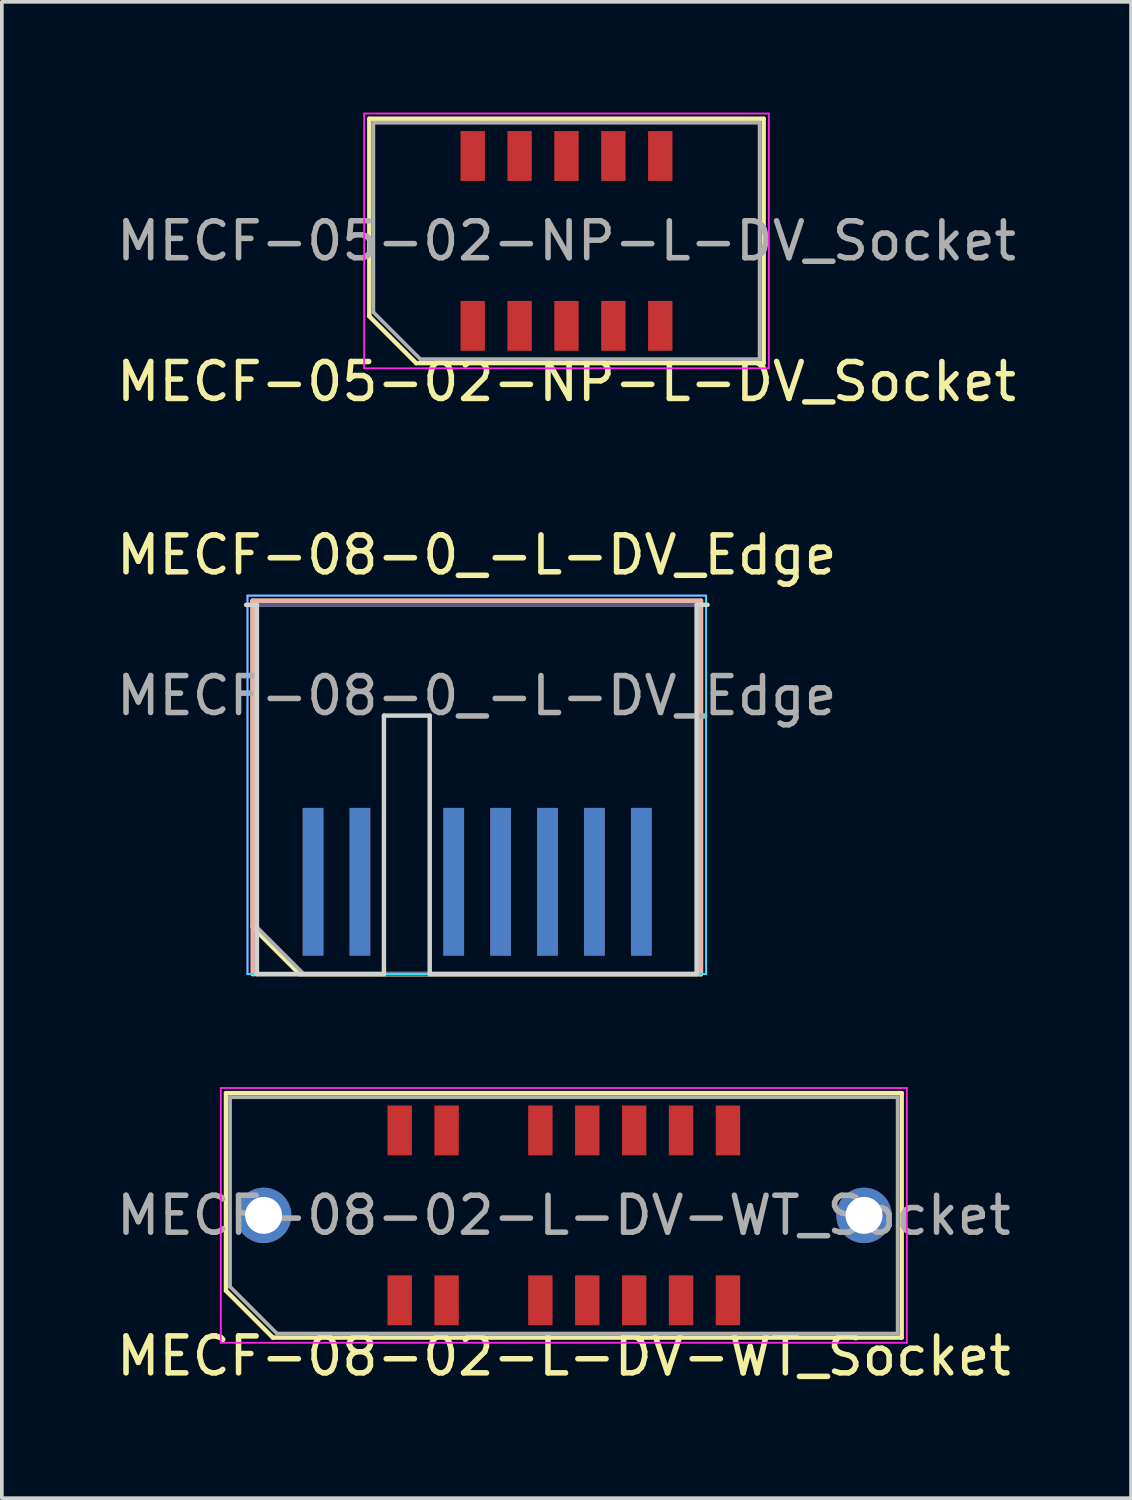
<source format=kicad_pcb>
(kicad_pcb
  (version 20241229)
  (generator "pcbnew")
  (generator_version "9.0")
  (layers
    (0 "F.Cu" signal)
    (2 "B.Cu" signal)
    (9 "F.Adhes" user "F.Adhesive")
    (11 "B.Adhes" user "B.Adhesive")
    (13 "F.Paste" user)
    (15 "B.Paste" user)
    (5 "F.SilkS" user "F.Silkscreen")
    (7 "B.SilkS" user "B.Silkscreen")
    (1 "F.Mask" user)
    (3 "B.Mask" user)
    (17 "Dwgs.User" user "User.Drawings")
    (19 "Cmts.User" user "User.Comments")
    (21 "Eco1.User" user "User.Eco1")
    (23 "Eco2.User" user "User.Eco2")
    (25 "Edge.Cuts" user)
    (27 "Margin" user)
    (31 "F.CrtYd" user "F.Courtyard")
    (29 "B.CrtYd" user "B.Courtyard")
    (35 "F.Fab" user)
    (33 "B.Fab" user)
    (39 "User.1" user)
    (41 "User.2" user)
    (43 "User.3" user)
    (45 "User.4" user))
  (footprint "MECF-08-02-L-DV-WT_Socket"
    (layer "F.Cu")
    (at 12.22 29.866)
    (property "Reference" "MECF-08-02-L-DV-WT_Socket" (at 0 3.81 0) (layer "F.SilkS") (effects (font (size 1 1) (thickness 0.15))))
    (attr smd)
    (fp_line (start -9.15 -3.31) (end 9.15 -3.31) (stroke (width 0.12) (type solid)) (layer "F.SilkS"))
    (fp_line (start -9.15 2.04) (end -9.15 -3.31) (stroke (width 0.12) (type solid)) (layer "F.SilkS"))
    (fp_line (start -7.88 3.31) (end -9.15 2.04) (stroke (width 0.12) (type solid)) (layer "F.SilkS"))
    (fp_line (start -7.88 3.31) (end 9.15 3.31) (stroke (width 0.12) (type solid)) (layer "F.SilkS"))
    (fp_line (start 9.15 3.31) (end 9.15 -3.31) (stroke (width 0.12) (type solid)) (layer "F.SilkS"))
    (fp_line (start -9.29 -3.45) (end -9.29 3.45) (stroke (width 0.05) (type solid)) (layer "F.CrtYd"))
    (fp_line (start -9.29 3.45) (end 9.29 3.45) (stroke (width 0.05) (type solid)) (layer "F.CrtYd"))
    (fp_line (start 9.29 -3.45) (end -9.29 -3.45) (stroke (width 0.05) (type solid)) (layer "F.CrtYd"))
    (fp_line (start 9.29 3.45) (end 9.29 -3.45) (stroke (width 0.05) (type solid)) (layer "F.CrtYd"))
    (fp_line (start -9.04 -3.2) (end 9.04 -3.2) (stroke (width 0.1) (type solid)) (layer "F.Fab"))
    (fp_line (start -9.04 1.93) (end -9.04 -3.2) (stroke (width 0.1) (type solid)) (layer "F.Fab"))
    (fp_line (start -9.04 1.93) (end -7.77 3.2) (stroke (width 0.1) (type solid)) (layer "F.Fab"))
    (fp_line (start -7.77 3.2) (end 9.04 3.2) (stroke (width 0.1) (type solid)) (layer "F.Fab"))
    (fp_line (start 9.04 3.2) (end 9.04 -3.2) (stroke (width 0.1) (type solid)) (layer "F.Fab"))
    (fp_text user "${REFERENCE}" (at 0 0 0) (layer "F.Fab") (effects (font (size 1 1) (thickness 0.15))))
    (pad "" thru_hole circle (at -8.13 0) (size 1.5 1.5) (drill 1) (layers "*.Cu" "*.Mask"))
    (pad "" np_thru_hole circle (at -6.225 0) (size 0.001 0.001) (drill 1.45) (layers "*.Cu" "*.Mask"))
    (pad "" np_thru_hole circle (at 6.225 1) (size 0.001 0.001) (drill 1.45) (layers "*.Cu" "*.Mask"))
    (pad "" thru_hole circle (at 8.13 0) (size 1.5 1.5) (drill 1) (layers "*.Cu" "*.Mask"))
    (pad "1" smd rect (at -4.445 2.3) (size 0.66 1.35) (layers "F.Cu" "F.Mask" "F.Paste"))
    (pad "2" smd rect (at -4.445 -2.3) (size 0.66 1.35) (layers "F.Cu" "F.Mask" "F.Paste"))
    (pad "3" smd rect (at -3.175 2.3) (size 0.66 1.35) (layers "F.Cu" "F.Mask" "F.Paste"))
    (pad "4" smd rect (at -3.175 -2.3) (size 0.66 1.35) (layers "F.Cu" "F.Mask" "F.Paste"))
    (pad "7" smd rect (at -0.635 2.3) (size 0.66 1.35) (layers "F.Cu" "F.Mask" "F.Paste"))
    (pad "8" smd rect (at -0.635 -2.3) (size 0.66 1.35) (layers "F.Cu" "F.Mask" "F.Paste"))
    (pad "9" smd rect (at 0.635 2.3) (size 0.66 1.35) (layers "F.Cu" "F.Mask" "F.Paste"))
    (pad "10" smd rect (at 0.635 -2.3) (size 0.66 1.35) (layers "F.Cu" "F.Mask" "F.Paste"))
    (pad "11" smd rect (at 1.905 2.3) (size 0.66 1.35) (layers "F.Cu" "F.Mask" "F.Paste"))
    (pad "12" smd rect (at 1.905 -2.3) (size 0.66 1.35) (layers "F.Cu" "F.Mask" "F.Paste"))
    (pad "13" smd rect (at 3.175 2.3) (size 0.66 1.35) (layers "F.Cu" "F.Mask" "F.Paste"))
    (pad "14" smd rect (at 3.175 -2.3) (size 0.66 1.35) (layers "F.Cu" "F.Mask" "F.Paste"))
    (pad "15" smd rect (at 4.445 2.3) (size 0.66 1.35) (layers "F.Cu" "F.Mask" "F.Paste"))
    (pad "16" smd rect (at 4.445 -2.3) (size 0.66 1.35) (layers "F.Cu" "F.Mask" "F.Paste")))
  (footprint "MECF-05-02-NP-L-DV_Socket"
    (layer "F.Cu")
    (at 12.292 3.475)
    (property "Reference" "MECF-05-02-NP-L-DV_Socket" (at 0 3.81 0) (layer "F.SilkS") (effects (font (size 1 1) (thickness 0.15))))
    (attr smd)
    (fp_line (start -5.34 -3.31) (end 5.34 -3.31) (stroke (width 0.12) (type solid)) (layer "F.SilkS"))
    (fp_line (start -5.34 2.04) (end -5.34 -3.31) (stroke (width 0.12) (type solid)) (layer "F.SilkS"))
    (fp_line (start -4.07 3.31) (end -5.34 2.04) (stroke (width 0.12) (type solid)) (layer "F.SilkS"))
    (fp_line (start -4.07 3.31) (end 5.34 3.31) (stroke (width 0.12) (type solid)) (layer "F.SilkS"))
    (fp_line (start 5.34 3.31) (end 5.34 -3.31) (stroke (width 0.12) (type solid)) (layer "F.SilkS"))
    (fp_line (start -5.48 -3.45) (end -5.48 3.45) (stroke (width 0.05) (type solid)) (layer "F.CrtYd"))
    (fp_line (start -5.48 3.45) (end 5.48 3.45) (stroke (width 0.05) (type solid)) (layer "F.CrtYd"))
    (fp_line (start 5.48 -3.45) (end -5.48 -3.45) (stroke (width 0.05) (type solid)) (layer "F.CrtYd"))
    (fp_line (start 5.48 3.45) (end 5.48 -3.45) (stroke (width 0.05) (type solid)) (layer "F.CrtYd"))
    (fp_line (start -5.23 -3.2) (end 5.23 -3.2) (stroke (width 0.1) (type solid)) (layer "F.Fab"))
    (fp_line (start -5.23 1.93) (end -5.23 -3.2) (stroke (width 0.1) (type solid)) (layer "F.Fab"))
    (fp_line (start -5.23 1.93) (end -3.96 3.2) (stroke (width 0.1) (type solid)) (layer "F.Fab"))
    (fp_line (start -3.96 3.2) (end 5.23 3.2) (stroke (width 0.1) (type solid)) (layer "F.Fab"))
    (fp_line (start 5.23 3.2) (end 5.23 -3.2) (stroke (width 0.1) (type solid)) (layer "F.Fab"))
    (fp_text user "${REFERENCE}" (at 0 0 0) (layer "F.Fab") (effects (font (size 1 1) (thickness 0.15))))
    (pad "" np_thru_hole circle (at -4.32 0) (size 0.001 0.001) (drill 1.45) (layers "*.Cu" "*.Mask"))
    (pad "" np_thru_hole circle (at 4.32 1) (size 0.001 0.001) (drill 1.45) (layers "*.Cu" "*.Mask"))
    (pad "1" smd rect (at -2.54 2.3) (size 0.66 1.35) (layers "F.Cu" "F.Mask" "F.Paste"))
    (pad "2" smd rect (at -2.54 -2.3) (size 0.66 1.35) (layers "F.Cu" "F.Mask" "F.Paste"))
    (pad "3" smd rect (at -1.27 2.3) (size 0.66 1.35) (layers "F.Cu" "F.Mask" "F.Paste"))
    (pad "4" smd rect (at -1.27 -2.3) (size 0.66 1.35) (layers "F.Cu" "F.Mask" "F.Paste"))
    (pad "5" smd rect (at 0 2.3) (size 0.66 1.35) (layers "F.Cu" "F.Mask" "F.Paste"))
    (pad "6" smd rect (at 0 -2.3) (size 0.66 1.35) (layers "F.Cu" "F.Mask" "F.Paste"))
    (pad "7" smd rect (at 1.27 2.3) (size 0.66 1.35) (layers "F.Cu" "F.Mask" "F.Paste"))
    (pad "8" smd rect (at 1.27 -2.3) (size 0.66 1.35) (layers "F.Cu" "F.Mask" "F.Paste"))
    (pad "9" smd rect (at 2.54 2.3) (size 0.66 1.35) (layers "F.Cu" "F.Mask" "F.Paste"))
    (pad "10" smd rect (at 2.54 -2.3) (size 0.66 1.35) (layers "F.Cu" "F.Mask" "F.Paste")))
  (footprint "MECF-08-0_-L-DV_Edge"
    (layer "F.Cu")
    (at 9.863 18.331)
    (property "Reference" "MECF-08-0_-L-DV_Edge" (at 0 -6.35 0) (layer "F.SilkS") (effects (font (size 1 1) (thickness 0.15))))
    (attr exclude_from_pos_files exclude_from_bom)
    (fp_line (start -6.07 -5.11) (end 6.07 -5.11) (stroke (width 0.12) (type solid)) (layer "F.SilkS"))
    (fp_line (start -6.07 3.73) (end -6.07 -5.11) (stroke (width 0.12) (type solid)) (layer "F.SilkS"))
    (fp_line (start -4.8 5) (end -6.07 3.73) (stroke (width 0.12) (type solid)) (layer "F.SilkS"))
    (fp_line (start -4.8 5) (end 6.07 5) (stroke (width 0.12) (type solid)) (layer "F.SilkS"))
    (fp_line (start 6.07 5) (end 6.07 -5.11) (stroke (width 0.12) (type solid)) (layer "F.SilkS"))
    (fp_line (start -6.07 -5.11) (end 6.07 -5.11) (stroke (width 0.12) (type solid)) (layer "B.SilkS"))
    (fp_line (start -6.07 5) (end -6.07 -5.11) (stroke (width 0.12) (type solid)) (layer "B.SilkS"))
    (fp_line (start -6.07 5) (end 6.07 5) (stroke (width 0.12) (type solid)) (layer "B.SilkS"))
    (fp_line (start 6.07 5) (end 6.07 -5.11) (stroke (width 0.12) (type solid)) (layer "B.SilkS"))
    (fp_line (start -6.25 -5) (end -5.955 -5) (stroke (width 0.12) (type solid)) (layer "Edge.Cuts"))
    (fp_line (start -5.955 5) (end -5.955 -5) (stroke (width 0.12) (type solid)) (layer "Edge.Cuts"))
    (fp_line (start -5.955 5) (end -2.515 5) (stroke (width 0.12) (type solid)) (layer "Edge.Cuts"))
    (fp_line (start -2.515 -2) (end -1.275 -2) (stroke (width 0.12) (type solid)) (layer "Edge.Cuts"))
    (fp_line (start -2.515 5) (end -2.515 -2) (stroke (width 0.12) (type solid)) (layer "Edge.Cuts"))
    (fp_line (start -1.275 5) (end -1.275 -2) (stroke (width 0.12) (type solid)) (layer "Edge.Cuts"))
    (fp_line (start -1.275 5) (end 5.955 5) (stroke (width 0.12) (type solid)) (layer "Edge.Cuts"))
    (fp_line (start 5.955 5) (end 5.955 -5) (stroke (width 0.12) (type solid)) (layer "Edge.Cuts"))
    (fp_line (start 6.25 -5) (end 5.955 -5) (stroke (width 0.12) (type solid)) (layer "Edge.Cuts"))
    (fp_line (start -6.21 -5.25) (end -6.21 5) (stroke (width 0.05) (type solid)) (layer "B.CrtYd"))
    (fp_line (start -6.21 5) (end 6.21 5) (stroke (width 0.05) (type solid)) (layer "B.CrtYd"))
    (fp_line (start 6.21 -5.25) (end -6.21 -5.25) (stroke (width 0.05) (type solid)) (layer "B.CrtYd"))
    (fp_line (start 6.21 5) (end 6.21 -5.25) (stroke (width 0.05) (type solid)) (layer "B.CrtYd"))
    (fp_line (start -6.21 -5.25) (end -6.21 5) (stroke (width 0.05) (type solid)) (layer "F.CrtYd"))
    (fp_line (start -6.21 5) (end 6.21 5) (stroke (width 0.05) (type solid)) (layer "F.CrtYd"))
    (fp_line (start 6.21 -5.25) (end -6.21 -5.25) (stroke (width 0.05) (type solid)) (layer "F.CrtYd"))
    (fp_line (start 6.21 5) (end 6.21 -5.25) (stroke (width 0.05) (type solid)) (layer "F.CrtYd"))
    (fp_line (start -5.955 -5) (end 5.955 -5) (stroke (width 0.1) (type solid)) (layer "B.Fab"))
    (fp_line (start -5.955 5) (end -5.955 -5) (stroke (width 0.1) (type solid)) (layer "B.Fab"))
    (fp_line (start -5.955 5) (end 5.955 5) (stroke (width 0.1) (type solid)) (layer "B.Fab"))
    (fp_line (start 5.955 5) (end 5.955 -5) (stroke (width 0.1) (type solid)) (layer "B.Fab"))
    (fp_line (start -5.955 -5) (end 5.955 -5) (stroke (width 0.1) (type solid)) (layer "F.Fab"))
    (fp_line (start -5.955 3.73) (end -5.955 -5) (stroke (width 0.1) (type solid)) (layer "F.Fab"))
    (fp_line (start -5.955 3.73) (end -4.685 5) (stroke (width 0.1) (type solid)) (layer "F.Fab"))
    (fp_line (start -4.685 5) (end 5.955 5) (stroke (width 0.1) (type solid)) (layer "F.Fab"))
    (fp_line (start 5.955 5) (end 5.955 -5) (stroke (width 0.1) (type solid)) (layer "F.Fab"))
    (fp_text user "${REFERENCE}" (at 0 -2.54 0) (layer "F.Fab") (effects (font (size 1 1) (thickness 0.15))))
    (pad "1" smd rect (at -4.435 2.5) (size 0.56 4) (layers "F.Cu" "F.Mask" "F.Paste"))
    (pad "2" smd rect (at -4.435 2.5) (size 0.56 4) (layers "B.Cu" "B.Mask" "B.Paste"))
    (pad "3" smd rect (at -3.165 2.5) (size 0.56 4) (layers "F.Cu" "F.Mask" "F.Paste"))
    (pad "4" smd rect (at -3.165 2.5) (size 0.56 4) (layers "B.Cu" "B.Mask" "B.Paste"))
    (pad "7" smd rect (at -0.625 2.5) (size 0.56 4) (layers "F.Cu" "F.Mask" "F.Paste"))
    (pad "8" smd rect (at -0.625 2.5) (size 0.56 4) (layers "B.Cu" "B.Mask" "B.Paste"))
    (pad "9" smd rect (at 0.645 2.5) (size 0.56 4) (layers "F.Cu" "F.Mask" "F.Paste"))
    (pad "10" smd rect (at 0.645 2.5) (size 0.56 4) (layers "B.Cu" "B.Mask" "B.Paste"))
    (pad "11" smd rect (at 1.915 2.5) (size 0.56 4) (layers "F.Cu" "F.Mask" "F.Paste"))
    (pad "12" smd rect (at 1.915 2.5) (size 0.56 4) (layers "B.Cu" "B.Mask" "B.Paste"))
    (pad "13" smd rect (at 3.185 2.5) (size 0.56 4) (layers "F.Cu" "F.Mask" "F.Paste"))
    (pad "14" smd rect (at 3.185 2.5) (size 0.56 4) (layers "B.Cu" "B.Mask" "B.Paste"))
    (pad "15" smd rect (at 4.455 2.5) (size 0.56 4) (layers "F.Cu" "F.Mask" "F.Paste"))
    (pad "16" smd rect (at 4.455 2.5) (size 0.56 4) (layers "B.Cu" "B.Mask" "B.Paste")))
  (gr_rect
    (start -3 -3)
    (end 27.583 37.525)
    (stroke (width 0.1) (type default))
    (fill no)
    (layer "Edge.Cuts")))
</source>
